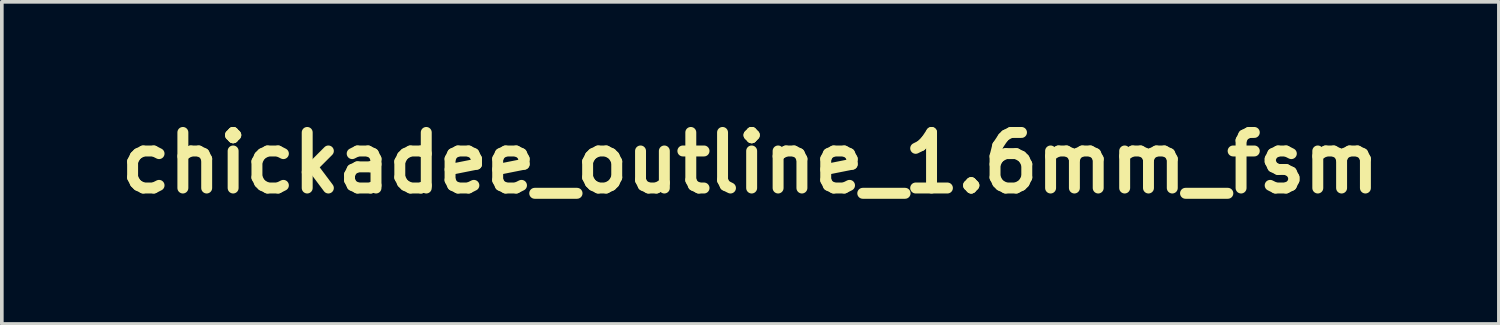
<source format=kicad_pcb>
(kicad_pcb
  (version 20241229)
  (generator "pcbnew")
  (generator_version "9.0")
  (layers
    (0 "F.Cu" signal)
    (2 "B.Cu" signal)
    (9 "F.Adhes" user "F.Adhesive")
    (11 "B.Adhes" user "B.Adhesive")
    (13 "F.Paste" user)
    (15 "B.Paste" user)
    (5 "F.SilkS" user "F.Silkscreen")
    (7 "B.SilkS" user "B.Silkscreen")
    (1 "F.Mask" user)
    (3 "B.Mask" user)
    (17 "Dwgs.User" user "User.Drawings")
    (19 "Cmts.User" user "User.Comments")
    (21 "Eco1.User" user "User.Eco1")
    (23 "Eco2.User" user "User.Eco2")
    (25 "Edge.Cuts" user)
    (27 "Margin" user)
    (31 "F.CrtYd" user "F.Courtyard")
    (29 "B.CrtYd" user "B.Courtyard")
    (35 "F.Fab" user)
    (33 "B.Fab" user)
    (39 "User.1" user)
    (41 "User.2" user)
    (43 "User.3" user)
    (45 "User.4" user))
  (footprint "chickadee_outline_1.6mm_fsm"
    (layer "F.Cu")
    (at 17.533 1.418)
    (property "Reference" "chickadee_outline_1.6mm_fsm" (at 0 0 0) (layer "F.SilkS") (effects (font (size 1.524 1.524) (thickness 0.3))))
    (attr through_hole)
    (fp_poly (pts (xy -0.432 -0.295) (xy -0.424 -0.295) (xy -0.417 -0.294) (xy -0.41 -0.294) (xy -0.403 -0.292) (xy -0.397 -0.291) (xy -0.39 -0.29) (xy -0.383 -0.288) (xy -0.376 -0.286) (xy -0.369 -0.284) (xy -0.362 -0.282) (xy -0.354 -0.279) (xy -0.346 -0.276) (xy -0.336 -0.272) (xy -0.329 -0.27) (xy -0.32 -0.266) (xy -0.31 -0.262) (xy -0.3 -0.257) (xy -0.29 -0.253) (xy -0.28 -0.248) (xy -0.269 -0.243) (xy -0.257 -0.238) (xy -0.245 -0.232) (xy -0.232 -0.226) (xy -0.218 -0.22) (xy -0.204 -0.212) (xy -0.188 -0.205) (xy -0.172 -0.197) (xy -0.154 -0.188) (xy -0.143 -0.182) (xy -0.126 -0.174) (xy -0.111 -0.166) (xy -0.097 -0.159) (xy -0.084 -0.153) (xy -0.072 -0.147) (xy -0.06 -0.142) (xy -0.049 -0.136) (xy -0.039 -0.132) (xy -0.029 -0.127) (xy -0.02 -0.123) (xy -0.011 -0.119) (xy -0.002 -0.115) (xy 0.007 -0.111) (xy 0.015 -0.108) (xy 0.024 -0.104) (xy 0.033 -0.101) (xy 0.042 -0.097) (xy 0.046 -0.096) (xy 0.05 -0.094) (xy 0.055 -0.092) (xy 0.059 -0.091) (xy 0.062 -0.089) (xy 0.064 -0.088) (xy 0.065 -0.088) (xy 0.067 -0.087) (xy 0.064 -0.083) (xy 0.062 -0.08) (xy 0.059 -0.077) (xy 0.055 -0.073) (xy 0.051 -0.069) (xy 0.046 -0.064) (xy 0.042 -0.06) (xy 0.038 -0.057) (xy 0.036 -0.055) (xy 0.021 -0.043) (xy 0.005 -0.031) (xy -0.013 -0.02) (xy -0.031 -0.01) (xy -0.051 -0.000223) (xy -0.072 0.009) (xy -0.093 0.017) (xy -0.116 0.025) (xy -0.139 0.031) (xy -0.163 0.037) (xy -0.171 0.039) (xy -0.183 0.042) (xy -0.193 0.044) (xy -0.203 0.045) (xy -0.213 0.047) (xy -0.223 0.048) (xy -0.232 0.049) (xy -0.234 0.05) (xy -0.238 0.05) (xy -0.243 0.05) (xy -0.249 0.05) (xy -0.255 0.05) (xy -0.262 0.05) (xy -0.269 0.05) (xy -0.275 0.05) (xy -0.281 0.05) (xy -0.285 0.05) (xy -0.289 0.05) (xy -0.29 0.05) (xy -0.304 0.047) (xy -0.317 0.044) (xy -0.329 0.04) (xy -0.34 0.035) (xy -0.349 0.03) (xy -0.358 0.023) (xy -0.365 0.016) (xy -0.372 0.007) (xy -0.377 -0.002) (xy -0.381 -0.011) (xy -0.383 -0.017) (xy -0.384 -0.022) (xy -0.385 -0.027) (xy -0.385 -0.032) (xy -0.386 -0.039) (xy -0.386 -0.041) (xy -0.385 -0.052) (xy -0.39 -0.053) (xy -0.395 -0.053) (xy -0.405 -0.046) (xy -0.405 -0.036) (xy -0.404 -0.025) (xy -0.402 -0.013) (xy -0.398 -0.002) (xy -0.393 0.008) (xy -0.387 0.018) (xy -0.38 0.027) (xy -0.375 0.033) (xy -0.367 0.04) (xy -0.358 0.047) (xy -0.349 0.052) (xy -0.338 0.057) (xy -0.327 0.061) (xy -0.315 0.065) (xy -0.302 0.067) (xy -0.295 0.068) (xy -0.291 0.069) (xy -0.285 0.069) (xy -0.279 0.069) (xy -0.272 0.069) (xy -0.265 0.07) (xy -0.257 0.07) (xy -0.25 0.069) (xy -0.243 0.069) (xy -0.236 0.069) (xy -0.231 0.068) (xy -0.229 0.068) (xy -0.206 0.065) (xy -0.183 0.061) (xy -0.16 0.056) (xy -0.137 0.051) (xy -0.114 0.044) (xy -0.092 0.037) (xy -0.071 0.029) (xy -0.051 0.021) (xy -0.031 0.012) (xy -0.02 0.006) (xy -0.004 -0.003) (xy 0.012 -0.013) (xy 0.027 -0.024) (xy 0.041 -0.034) (xy 0.054 -0.045) (xy 0.065 -0.056) (xy 0.075 -0.067) (xy 0.08 -0.072) (xy 0.083 -0.076) (xy 0.085 -0.078) (xy 0.086 -0.08) (xy 0.087 -0.08) (xy 0.087 -0.08) (xy 0.09 -0.079) (xy 0.094 -0.079) (xy 0.099 -0.078) (xy 0.105 -0.077) (xy 0.111 -0.076) (xy 0.118 -0.075) (xy 0.124 -0.074) (xy 0.131 -0.073) (xy 0.137 -0.073) (xy 0.139 -0.073) (xy 0.145 -0.072) (xy 0.152 -0.072) (xy 0.16 -0.072) (xy 0.168 -0.073) (xy 0.177 -0.073) (xy 0.187 -0.074) (xy 0.198 -0.075) (xy 0.211 -0.076) (xy 0.225 -0.078) (xy 0.229 -0.078) (xy 0.249 -0.08) (xy 0.269 -0.083) (xy 0.292 -0.086) (xy 0.315 -0.09) (xy 0.339 -0.094) (xy 0.365 -0.098) (xy 0.391 -0.103) (xy 0.419 -0.107) (xy 0.447 -0.113) (xy 0.476 -0.118) (xy 0.507 -0.124) (xy 0.537 -0.13) (xy 0.569 -0.137) (xy 0.601 -0.143) (xy 0.634 -0.15) (xy 0.667 -0.158) (xy 0.672 -0.159) (xy 0.679 -0.16) (xy 0.685 -0.161) (xy 0.69 -0.163) (xy 0.695 -0.164) (xy 0.699 -0.164) (xy 0.702 -0.165) (xy 0.704 -0.165) (xy 0.705 -0.165) (xy 0.71 -0.165) (xy 0.716 -0.164) (xy 0.722 -0.162) (xy 0.727 -0.159) (xy 0.732 -0.156) (xy 0.732 -0.156) (xy 0.734 -0.153) (xy 0.737 -0.149) (xy 0.74 -0.145) (xy 0.743 -0.139) (xy 0.747 -0.133) (xy 0.751 -0.126) (xy 0.755 -0.119) (xy 0.759 -0.111) (xy 0.763 -0.103) (xy 0.767 -0.096) (xy 0.77 -0.088) (xy 0.774 -0.08) (xy 0.775 -0.076) (xy 0.781 -0.062) (xy 0.785 -0.049) (xy 0.789 -0.037) (xy 0.791 -0.026) (xy 0.792 -0.015) (xy 0.792 -0.006) (xy 0.79 0.003) (xy 0.788 0.011) (xy 0.786 0.015) (xy 0.783 0.019) (xy 0.78 0.024) (xy 0.777 0.027) (xy 0.776 0.028) (xy 0.773 0.031) (xy 0.769 0.033) (xy 0.766 0.035) (xy 0.762 0.036) (xy 0.757 0.038) (xy 0.751 0.039) (xy 0.745 0.04) (xy 0.738 0.041) (xy 0.73 0.041) (xy 0.721 0.042) (xy 0.71 0.043) (xy 0.702 0.043) (xy 0.698 0.043) (xy 0.693 0.043) (xy 0.687 0.044) (xy 0.68 0.044) (xy 0.672 0.044) (xy 0.664 0.044) (xy 0.656 0.044) (xy 0.648 0.045) (xy 0.644 0.045) (xy 0.623 0.045) (xy 0.603 0.046) (xy 0.584 0.047) (xy 0.566 0.047) (xy 0.55 0.048) (xy 0.534 0.048) (xy 0.518 0.049) (xy 0.504 0.05) (xy 0.489 0.051) (xy 0.476 0.052) (xy 0.462 0.053) (xy 0.448 0.054) (xy 0.435 0.055) (xy 0.428 0.055) (xy 0.397 0.058) (xy 0.368 0.061) (xy 0.339 0.065) (xy 0.312 0.069) (xy 0.285 0.074) (xy 0.258 0.079) (xy 0.232 0.084) (xy 0.206 0.09) (xy 0.179 0.097) (xy 0.152 0.104) (xy 0.124 0.112) (xy 0.096 0.121) (xy 0.074 0.128) (xy 0.063 0.132) (xy 0.053 0.136) (xy 0.043 0.139) (xy 0.034 0.142) (xy 0.025 0.145) (xy 0.017 0.149) (xy 0.009 0.152) (xy 0.001 0.155) (xy -0.007 0.159) (xy -0.015 0.162) (xy -0.023 0.166) (xy -0.031 0.17) (xy -0.04 0.175) (xy -0.049 0.18) (xy -0.059 0.185) (xy -0.07 0.191) (xy -0.081 0.198) (xy -0.094 0.205) (xy -0.107 0.213) (xy -0.117 0.218) (xy -0.126 0.223) (xy -0.134 0.228) (xy -0.141 0.232) (xy -0.147 0.236) (xy -0.153 0.239) (xy -0.159 0.242) (xy -0.164 0.245) (xy -0.169 0.248) (xy -0.174 0.25) (xy -0.179 0.253) (xy -0.183 0.255) (xy -0.197 0.261) (xy -0.209 0.267) (xy -0.22 0.272) (xy -0.231 0.276) (xy -0.242 0.28) (xy -0.252 0.283) (xy -0.263 0.286) (xy -0.274 0.288) (xy -0.284 0.29) (xy -0.296 0.291) (xy -0.307 0.293) (xy -0.317 0.294) (xy -0.327 0.295) (xy -0.338 0.295) (xy -0.349 0.296) (xy -0.357 0.296) (xy -0.362 0.295) (xy -0.367 0.295) (xy -0.371 0.295) (xy -0.375 0.295) (xy -0.378 0.295) (xy -0.38 0.295) (xy -0.38 0.295) (xy -0.398 0.293) (xy -0.416 0.291) (xy -0.433 0.287) (xy -0.45 0.283) (xy -0.466 0.277) (xy -0.482 0.271) (xy -0.493 0.266) (xy -0.51 0.257) (xy -0.527 0.246) (xy -0.543 0.234) (xy -0.559 0.221) (xy -0.575 0.206) (xy -0.589 0.19) (xy -0.604 0.173) (xy -0.617 0.155) (xy -0.631 0.135) (xy -0.643 0.114) (xy -0.655 0.092) (xy -0.656 0.091) (xy -0.664 0.076) (xy -0.67 0.06) (xy -0.677 0.044) (xy -0.683 0.027) (xy -0.689 0.008) (xy -0.692 -0.003) (xy -0.694 -0.008) (xy -0.743 -0.028) (xy -0.751 -0.031) (xy -0.758 -0.034) (xy -0.765 -0.037) (xy -0.772 -0.04) (xy -0.777 -0.042) (xy -0.782 -0.044) (xy -0.786 -0.046) (xy -0.789 -0.047) (xy -0.791 -0.048) (xy -0.792 -0.049) (xy -0.792 -0.049) (xy -0.791 -0.049) (xy -0.79 -0.051) (xy -0.788 -0.053) (xy -0.784 -0.056) (xy -0.78 -0.059) (xy -0.776 -0.064) (xy -0.77 -0.068) (xy -0.765 -0.074) (xy -0.759 -0.079) (xy -0.752 -0.085) (xy -0.747 -0.09) (xy -0.702 -0.13) (xy -0.699 -0.138) (xy -0.693 -0.152) (xy -0.686 -0.165) (xy -0.679 -0.178) (xy -0.67 -0.191) (xy -0.66 -0.203) (xy -0.648 -0.215) (xy -0.645 -0.218) (xy -0.632 -0.23) (xy -0.617 -0.241) (xy -0.602 -0.251) (xy -0.585 -0.261) (xy -0.568 -0.269) (xy -0.55 -0.276) (xy -0.531 -0.282) (xy -0.511 -0.288) (xy -0.502 -0.29) (xy -0.493 -0.291) (xy -0.485 -0.293) (xy -0.477 -0.294) (xy -0.47 -0.294) (xy -0.462 -0.295) (xy -0.454 -0.295) (xy -0.449 -0.295) (xy -0.44 -0.296) (xy -0.432 -0.295)) (stroke (width 0.01) (type solid)) (fill yes) (layer "F.Mask")))
  (gr_rect
    (start -3 -3)
    (end 38.067 5.836)
    (stroke (width 0.1) (type default))
    (fill no)
    (layer "Edge.Cuts")))
</source>
